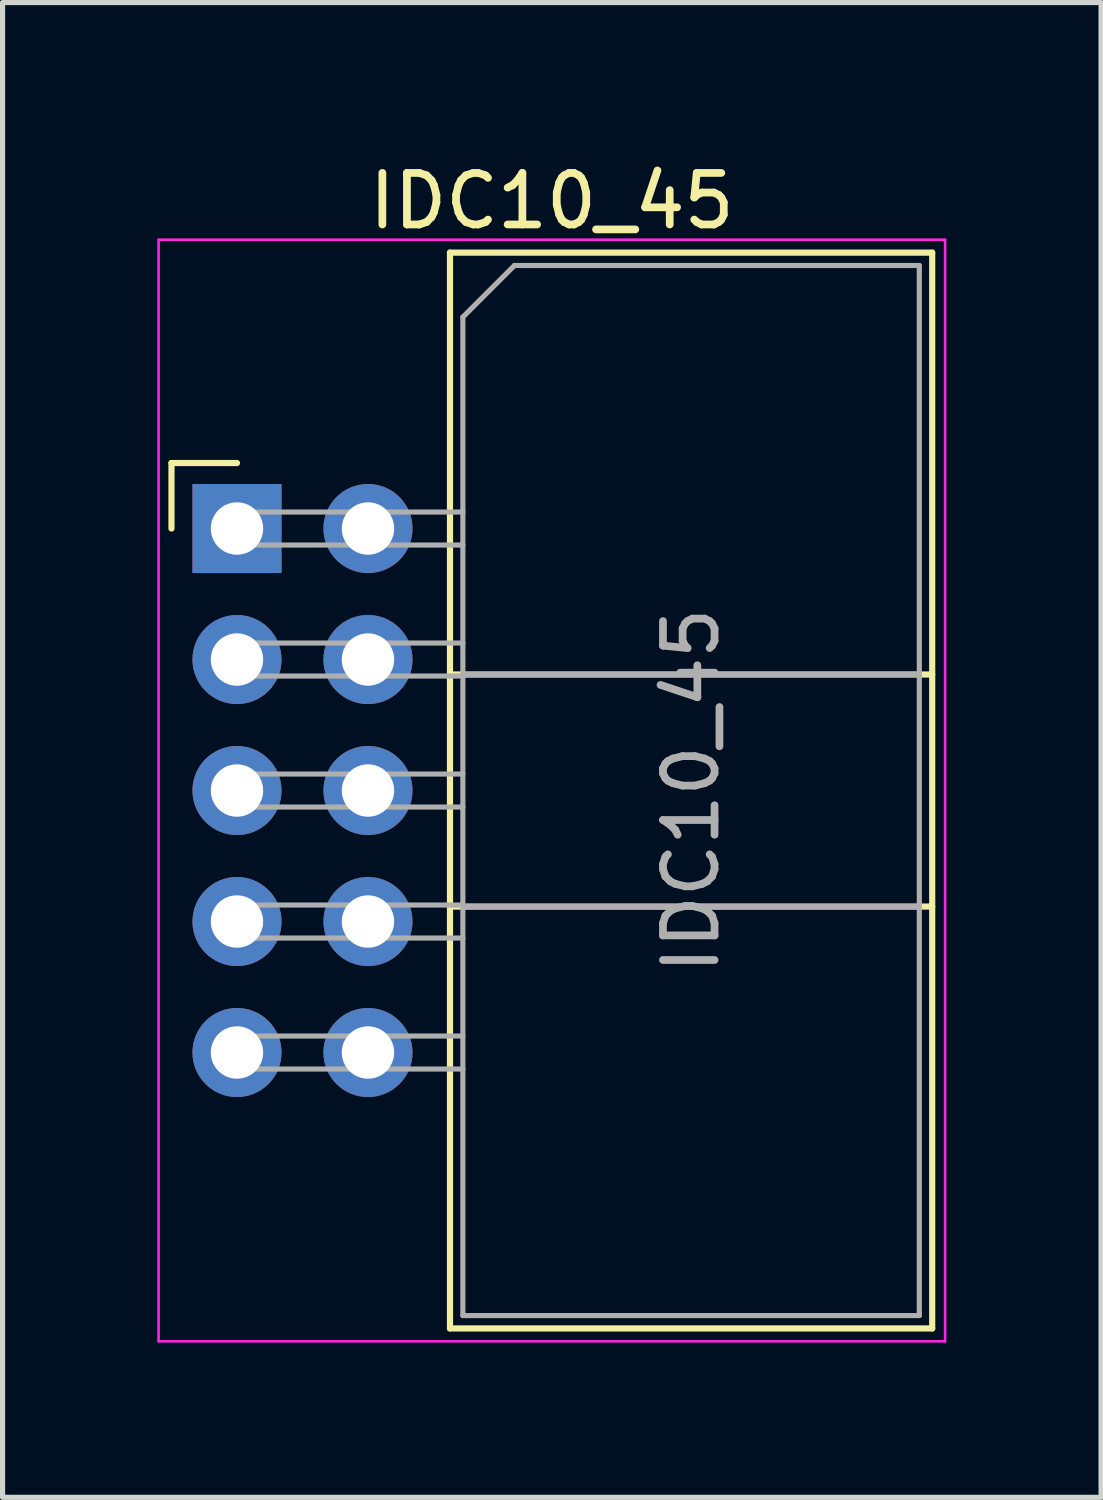
<source format=kicad_pcb>
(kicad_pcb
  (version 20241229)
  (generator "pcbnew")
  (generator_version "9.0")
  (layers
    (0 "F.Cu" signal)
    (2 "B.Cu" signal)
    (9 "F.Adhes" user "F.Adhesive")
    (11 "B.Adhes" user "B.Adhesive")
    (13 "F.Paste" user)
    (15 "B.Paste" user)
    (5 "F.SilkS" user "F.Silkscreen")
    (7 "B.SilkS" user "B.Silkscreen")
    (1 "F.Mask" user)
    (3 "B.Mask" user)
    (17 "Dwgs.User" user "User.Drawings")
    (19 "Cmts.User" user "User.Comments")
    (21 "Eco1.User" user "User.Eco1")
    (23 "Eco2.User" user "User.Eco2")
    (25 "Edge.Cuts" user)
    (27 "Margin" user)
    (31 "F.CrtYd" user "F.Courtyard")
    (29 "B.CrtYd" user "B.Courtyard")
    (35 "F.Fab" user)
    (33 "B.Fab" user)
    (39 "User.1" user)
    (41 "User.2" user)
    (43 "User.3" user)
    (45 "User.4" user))
  (footprint "IDC10_45"
    (layer "F.Cu")
    (at 2.815 12.278)
    (property "Reference" "IDC10_45" (at 4.835 -11.43 0) (layer "F.SilkS") (effects (font (size 1 1) (thickness 0.15))))
    (attr through_hole)
    (fp_line (start -2.54 -6.35) (end -2.54 -5.08) (stroke (width 0.12) (type solid)) (layer "F.SilkS"))
    (fp_line (start -1.27 -6.35) (end -2.54 -6.35) (stroke (width 0.12) (type solid)) (layer "F.SilkS"))
    (fp_line (start 2.86 -10.43) (end 12.21 -10.43) (stroke (width 0.12) (type solid)) (layer "F.SilkS"))
    (fp_line (start 2.86 -2.25) (end 12.21 -2.25) (stroke (width 0.12) (type solid)) (layer "F.SilkS"))
    (fp_line (start 2.86 2.25) (end 12.21 2.25) (stroke (width 0.12) (type solid)) (layer "F.SilkS"))
    (fp_line (start 2.86 10.43) (end 2.86 -10.43) (stroke (width 0.12) (type solid)) (layer "F.SilkS"))
    (fp_line (start 2.86 10.43) (end 12.21 10.43) (stroke (width 0.12) (type solid)) (layer "F.SilkS"))
    (fp_line (start 12.21 -10.43) (end 12.21 10.43) (stroke (width 0.12) (type solid)) (layer "F.SilkS"))
    (fp_line (start -2.79 -10.68) (end 12.46 -10.68) (stroke (width 0.05) (type solid)) (layer "F.CrtYd"))
    (fp_line (start -2.79 10.68) (end -2.79 -10.68) (stroke (width 0.05) (type solid)) (layer "F.CrtYd"))
    (fp_line (start 12.46 -10.68) (end 12.46 10.68) (stroke (width 0.05) (type solid)) (layer "F.CrtYd"))
    (fp_line (start 12.46 10.68) (end -2.79 10.68) (stroke (width 0.05) (type solid)) (layer "F.CrtYd"))
    (fp_line (start -1.59 -5.4) (end -1.59 -4.76) (stroke (width 0.1) (type solid)) (layer "F.Fab"))
    (fp_line (start -1.59 -4.76) (end 3.11 -4.76) (stroke (width 0.1) (type solid)) (layer "F.Fab"))
    (fp_line (start -1.59 -2.86) (end -1.59 -2.22) (stroke (width 0.1) (type solid)) (layer "F.Fab"))
    (fp_line (start -1.59 -2.22) (end 3.11 -2.22) (stroke (width 0.1) (type solid)) (layer "F.Fab"))
    (fp_line (start -1.59 -0.32) (end -1.59 0.32) (stroke (width 0.1) (type solid)) (layer "F.Fab"))
    (fp_line (start -1.59 0.32) (end 3.11 0.32) (stroke (width 0.1) (type solid)) (layer "F.Fab"))
    (fp_line (start -1.59 2.22) (end -1.59 2.86) (stroke (width 0.1) (type solid)) (layer "F.Fab"))
    (fp_line (start -1.59 2.86) (end 3.11 2.86) (stroke (width 0.1) (type solid)) (layer "F.Fab"))
    (fp_line (start -1.59 4.76) (end -1.59 5.4) (stroke (width 0.1) (type solid)) (layer "F.Fab"))
    (fp_line (start -1.59 5.4) (end 3.11 5.4) (stroke (width 0.1) (type solid)) (layer "F.Fab"))
    (fp_line (start 3.11 -9.18) (end 4.11 -10.18) (stroke (width 0.1) (type solid)) (layer "F.Fab"))
    (fp_line (start 3.11 -5.4) (end -1.59 -5.4) (stroke (width 0.1) (type solid)) (layer "F.Fab"))
    (fp_line (start 3.11 -2.86) (end -1.59 -2.86) (stroke (width 0.1) (type solid)) (layer "F.Fab"))
    (fp_line (start 3.11 -2.25) (end 11.96 -2.25) (stroke (width 0.1) (type solid)) (layer "F.Fab"))
    (fp_line (start 3.11 -0.32) (end -1.59 -0.32) (stroke (width 0.1) (type solid)) (layer "F.Fab"))
    (fp_line (start 3.11 2.22) (end -1.59 2.22) (stroke (width 0.1) (type solid)) (layer "F.Fab"))
    (fp_line (start 3.11 2.25) (end 11.96 2.25) (stroke (width 0.1) (type solid)) (layer "F.Fab"))
    (fp_line (start 3.11 4.76) (end -1.59 4.76) (stroke (width 0.1) (type solid)) (layer "F.Fab"))
    (fp_line (start 3.11 10.18) (end 3.11 -9.18) (stroke (width 0.1) (type solid)) (layer "F.Fab"))
    (fp_line (start 3.11 10.18) (end 11.96 10.18) (stroke (width 0.1) (type solid)) (layer "F.Fab"))
    (fp_line (start 4.11 -10.18) (end 11.96 -10.18) (stroke (width 0.1) (type solid)) (layer "F.Fab"))
    (fp_line (start 11.96 10.18) (end 11.96 -10.18) (stroke (width 0.1) (type solid)) (layer "F.Fab"))
    (fp_text user "${REFERENCE}" (at 7.535 0 90) (layer "F.Fab") (effects (font (size 1 1) (thickness 0.15))))
    (pad "1" thru_hole rect (at -1.27 -5.08) (size 1.727 1.727) (drill 1.016) (layers "*.Cu" "*.Mask"))
    (pad "2" thru_hole oval (at 1.27 -5.08) (size 1.727 1.727) (drill 1.016) (layers "*.Cu" "*.Mask"))
    (pad "3" thru_hole oval (at -1.27 -2.54) (size 1.727 1.727) (drill 1.016) (layers "*.Cu" "*.Mask"))
    (pad "4" thru_hole oval (at 1.27 -2.54) (size 1.727 1.727) (drill 1.016) (layers "*.Cu" "*.Mask"))
    (pad "5" thru_hole oval (at -1.27 0) (size 1.727 1.727) (drill 1.016) (layers "*.Cu" "*.Mask"))
    (pad "6" thru_hole oval (at 1.27 0) (size 1.727 1.727) (drill 1.016) (layers "*.Cu" "*.Mask"))
    (pad "7" thru_hole oval (at -1.27 2.54) (size 1.727 1.727) (drill 1.016) (layers "*.Cu" "*.Mask"))
    (pad "8" thru_hole oval (at 1.27 2.54) (size 1.727 1.727) (drill 1.016) (layers "*.Cu" "*.Mask"))
    (pad "9" thru_hole oval (at -1.27 5.08) (size 1.727 1.727) (drill 1.016) (layers "*.Cu" "*.Mask"))
    (pad "10" thru_hole oval (at 1.27 5.08) (size 1.727 1.727) (drill 1.016) (layers "*.Cu" "*.Mask")))
  (gr_rect
    (start -3 -3)
    (end 18.3 25.983)
    (stroke (width 0.1) (type default))
    (fill no)
    (layer "Edge.Cuts")))
</source>
